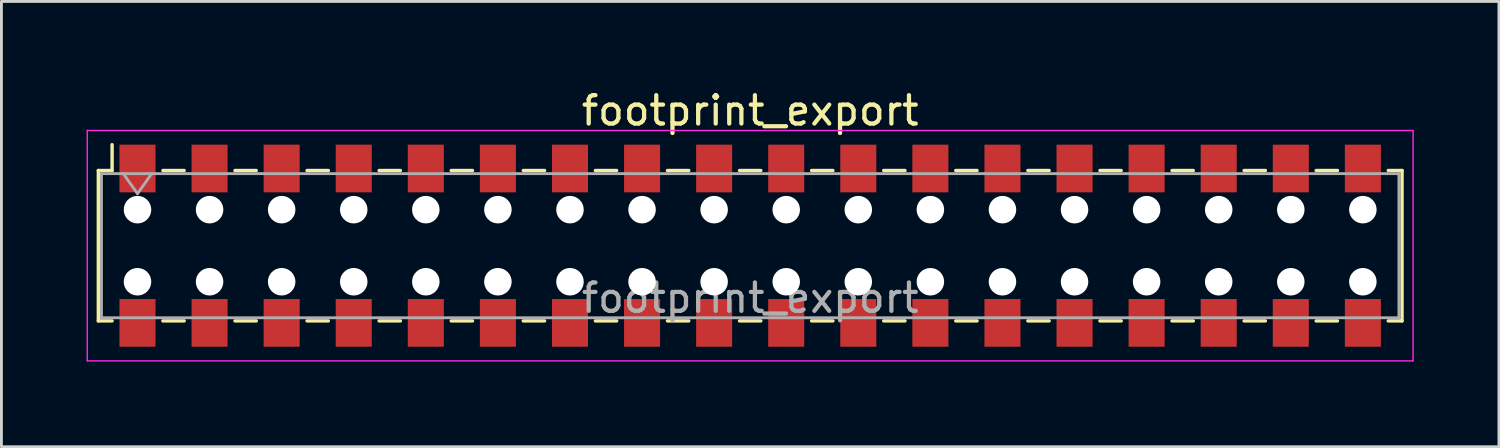
<source format=kicad_pcb>
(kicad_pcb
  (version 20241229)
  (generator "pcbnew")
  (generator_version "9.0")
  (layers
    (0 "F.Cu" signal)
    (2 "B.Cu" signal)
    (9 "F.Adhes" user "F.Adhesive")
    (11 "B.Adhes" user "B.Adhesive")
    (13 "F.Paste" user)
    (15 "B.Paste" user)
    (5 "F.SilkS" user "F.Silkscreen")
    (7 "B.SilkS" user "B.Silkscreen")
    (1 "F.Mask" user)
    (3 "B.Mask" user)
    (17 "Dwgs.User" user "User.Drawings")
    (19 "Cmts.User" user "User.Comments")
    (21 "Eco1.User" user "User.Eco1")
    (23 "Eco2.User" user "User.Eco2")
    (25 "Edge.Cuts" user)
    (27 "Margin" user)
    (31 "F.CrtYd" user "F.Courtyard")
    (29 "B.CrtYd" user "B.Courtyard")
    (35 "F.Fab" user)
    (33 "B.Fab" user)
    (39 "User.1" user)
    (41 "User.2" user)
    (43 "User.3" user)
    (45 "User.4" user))
  (footprint "footprint_export"
    (layer "F.Cu")
    (at 23.385 5.608)
    (property "Reference" "footprint_export" (at 0 -4.76 0) (layer "F.SilkS") (effects (font (size 1 1) (thickness 0.15))))
    (attr smd)
    (fp_line (start -22.97 -2.65) (end -22.97 2.65) (stroke (width 0.12) (type solid)) (layer "F.SilkS"))
    (fp_line (start -22.97 2.65) (end -22.485 2.65) (stroke (width 0.12) (type solid)) (layer "F.SilkS"))
    (fp_line (start -22.485 -3.56) (end -22.485 -2.65) (stroke (width 0.12) (type solid)) (layer "F.SilkS"))
    (fp_line (start -22.485 -2.65) (end -22.97 -2.65) (stroke (width 0.12) (type solid)) (layer "F.SilkS"))
    (fp_line (start -20.695 -2.65) (end -19.945 -2.65) (stroke (width 0.12) (type solid)) (layer "F.SilkS"))
    (fp_line (start -20.695 2.65) (end -19.945 2.65) (stroke (width 0.12) (type solid)) (layer "F.SilkS"))
    (fp_line (start -18.155 -2.65) (end -17.405 -2.65) (stroke (width 0.12) (type solid)) (layer "F.SilkS"))
    (fp_line (start -18.155 2.65) (end -17.405 2.65) (stroke (width 0.12) (type solid)) (layer "F.SilkS"))
    (fp_line (start -15.615 -2.65) (end -14.865 -2.65) (stroke (width 0.12) (type solid)) (layer "F.SilkS"))
    (fp_line (start -15.615 2.65) (end -14.865 2.65) (stroke (width 0.12) (type solid)) (layer "F.SilkS"))
    (fp_line (start -13.075 -2.65) (end -12.325 -2.65) (stroke (width 0.12) (type solid)) (layer "F.SilkS"))
    (fp_line (start -13.075 2.65) (end -12.325 2.65) (stroke (width 0.12) (type solid)) (layer "F.SilkS"))
    (fp_line (start -10.535 -2.65) (end -9.785 -2.65) (stroke (width 0.12) (type solid)) (layer "F.SilkS"))
    (fp_line (start -10.535 2.65) (end -9.785 2.65) (stroke (width 0.12) (type solid)) (layer "F.SilkS"))
    (fp_line (start -7.995 -2.65) (end -7.245 -2.65) (stroke (width 0.12) (type solid)) (layer "F.SilkS"))
    (fp_line (start -7.995 2.65) (end -7.245 2.65) (stroke (width 0.12) (type solid)) (layer "F.SilkS"))
    (fp_line (start -5.455 -2.65) (end -4.705 -2.65) (stroke (width 0.12) (type solid)) (layer "F.SilkS"))
    (fp_line (start -5.455 2.65) (end -4.705 2.65) (stroke (width 0.12) (type solid)) (layer "F.SilkS"))
    (fp_line (start -2.915 -2.65) (end -2.165 -2.65) (stroke (width 0.12) (type solid)) (layer "F.SilkS"))
    (fp_line (start -2.915 2.65) (end -2.165 2.65) (stroke (width 0.12) (type solid)) (layer "F.SilkS"))
    (fp_line (start -0.375 -2.65) (end 0.375 -2.65) (stroke (width 0.12) (type solid)) (layer "F.SilkS"))
    (fp_line (start -0.375 2.65) (end 0.375 2.65) (stroke (width 0.12) (type solid)) (layer "F.SilkS"))
    (fp_line (start 2.165 -2.65) (end 2.915 -2.65) (stroke (width 0.12) (type solid)) (layer "F.SilkS"))
    (fp_line (start 2.165 2.65) (end 2.915 2.65) (stroke (width 0.12) (type solid)) (layer "F.SilkS"))
    (fp_line (start 4.705 -2.65) (end 5.455 -2.65) (stroke (width 0.12) (type solid)) (layer "F.SilkS"))
    (fp_line (start 4.705 2.65) (end 5.455 2.65) (stroke (width 0.12) (type solid)) (layer "F.SilkS"))
    (fp_line (start 7.245 -2.65) (end 7.995 -2.65) (stroke (width 0.12) (type solid)) (layer "F.SilkS"))
    (fp_line (start 7.245 2.65) (end 7.995 2.65) (stroke (width 0.12) (type solid)) (layer "F.SilkS"))
    (fp_line (start 9.785 -2.65) (end 10.535 -2.65) (stroke (width 0.12) (type solid)) (layer "F.SilkS"))
    (fp_line (start 9.785 2.65) (end 10.535 2.65) (stroke (width 0.12) (type solid)) (layer "F.SilkS"))
    (fp_line (start 12.325 -2.65) (end 13.075 -2.65) (stroke (width 0.12) (type solid)) (layer "F.SilkS"))
    (fp_line (start 12.325 2.65) (end 13.075 2.65) (stroke (width 0.12) (type solid)) (layer "F.SilkS"))
    (fp_line (start 14.865 -2.65) (end 15.615 -2.65) (stroke (width 0.12) (type solid)) (layer "F.SilkS"))
    (fp_line (start 14.865 2.65) (end 15.615 2.65) (stroke (width 0.12) (type solid)) (layer "F.SilkS"))
    (fp_line (start 17.405 -2.65) (end 18.155 -2.65) (stroke (width 0.12) (type solid)) (layer "F.SilkS"))
    (fp_line (start 17.405 2.65) (end 18.155 2.65) (stroke (width 0.12) (type solid)) (layer "F.SilkS"))
    (fp_line (start 19.945 -2.65) (end 20.695 -2.65) (stroke (width 0.12) (type solid)) (layer "F.SilkS"))
    (fp_line (start 19.945 2.65) (end 20.695 2.65) (stroke (width 0.12) (type solid)) (layer "F.SilkS"))
    (fp_line (start 22.485 -2.65) (end 22.97 -2.65) (stroke (width 0.12) (type solid)) (layer "F.SilkS"))
    (fp_line (start 22.97 -2.65) (end 22.97 2.65) (stroke (width 0.12) (type solid)) (layer "F.SilkS"))
    (fp_line (start 22.97 2.65) (end 22.485 2.65) (stroke (width 0.12) (type solid)) (layer "F.SilkS"))
    (fp_line (start -23.36 -4.06) (end 23.36 -4.06) (stroke (width 0.05) (type solid)) (layer "F.CrtYd"))
    (fp_line (start -23.36 4.06) (end -23.36 -4.06) (stroke (width 0.05) (type solid)) (layer "F.CrtYd"))
    (fp_line (start 23.36 -4.06) (end 23.36 4.06) (stroke (width 0.05) (type solid)) (layer "F.CrtYd"))
    (fp_line (start 23.36 4.06) (end -23.36 4.06) (stroke (width 0.05) (type solid)) (layer "F.CrtYd"))
    (fp_line (start -22.86 -2.54) (end 22.86 -2.54) (stroke (width 0.1) (type solid)) (layer "F.Fab"))
    (fp_line (start -22.86 2.54) (end -22.86 -2.54) (stroke (width 0.1) (type solid)) (layer "F.Fab"))
    (fp_line (start -22.09 -2.54) (end -21.59 -1.833) (stroke (width 0.1) (type solid)) (layer "F.Fab"))
    (fp_line (start -21.59 -1.833) (end -21.09 -2.54) (stroke (width 0.1) (type solid)) (layer "F.Fab"))
    (fp_line (start 22.86 -2.54) (end 22.86 2.54) (stroke (width 0.1) (type solid)) (layer "F.Fab"))
    (fp_line (start 22.86 2.54) (end -22.86 2.54) (stroke (width 0.1) (type solid)) (layer "F.Fab"))
    (fp_text user "${REFERENCE}" (at 0 1.84 0) (layer "F.Fab") (effects (font (size 1 1) (thickness 0.15))))
    (pad "" np_thru_hole circle (at -21.59 -1.27) (size 0.97 0.97) (drill 0.97) (layers "*.Cu" "*.Mask"))
    (pad "" np_thru_hole circle (at -21.59 1.27) (size 0.97 0.97) (drill 0.97) (layers "*.Cu" "*.Mask"))
    (pad "" np_thru_hole circle (at -19.05 -1.27) (size 0.97 0.97) (drill 0.97) (layers "*.Cu" "*.Mask"))
    (pad "" np_thru_hole circle (at -19.05 1.27) (size 0.97 0.97) (drill 0.97) (layers "*.Cu" "*.Mask"))
    (pad "" np_thru_hole circle (at -16.51 -1.27) (size 0.97 0.97) (drill 0.97) (layers "*.Cu" "*.Mask"))
    (pad "" np_thru_hole circle (at -16.51 1.27) (size 0.97 0.97) (drill 0.97) (layers "*.Cu" "*.Mask"))
    (pad "" np_thru_hole circle (at -13.97 -1.27) (size 0.97 0.97) (drill 0.97) (layers "*.Cu" "*.Mask"))
    (pad "" np_thru_hole circle (at -13.97 1.27) (size 0.97 0.97) (drill 0.97) (layers "*.Cu" "*.Mask"))
    (pad "" np_thru_hole circle (at -11.43 -1.27) (size 0.97 0.97) (drill 0.97) (layers "*.Cu" "*.Mask"))
    (pad "" np_thru_hole circle (at -11.43 1.27) (size 0.97 0.97) (drill 0.97) (layers "*.Cu" "*.Mask"))
    (pad "" np_thru_hole circle (at -8.89 -1.27) (size 0.97 0.97) (drill 0.97) (layers "*.Cu" "*.Mask"))
    (pad "" np_thru_hole circle (at -8.89 1.27) (size 0.97 0.97) (drill 0.97) (layers "*.Cu" "*.Mask"))
    (pad "" np_thru_hole circle (at -6.35 -1.27) (size 0.97 0.97) (drill 0.97) (layers "*.Cu" "*.Mask"))
    (pad "" np_thru_hole circle (at -6.35 1.27) (size 0.97 0.97) (drill 0.97) (layers "*.Cu" "*.Mask"))
    (pad "" np_thru_hole circle (at -3.81 -1.27) (size 0.97 0.97) (drill 0.97) (layers "*.Cu" "*.Mask"))
    (pad "" np_thru_hole circle (at -3.81 1.27) (size 0.97 0.97) (drill 0.97) (layers "*.Cu" "*.Mask"))
    (pad "" np_thru_hole circle (at -1.27 -1.27) (size 0.97 0.97) (drill 0.97) (layers "*.Cu" "*.Mask"))
    (pad "" np_thru_hole circle (at -1.27 1.27) (size 0.97 0.97) (drill 0.97) (layers "*.Cu" "*.Mask"))
    (pad "" np_thru_hole circle (at 1.27 -1.27) (size 0.97 0.97) (drill 0.97) (layers "*.Cu" "*.Mask"))
    (pad "" np_thru_hole circle (at 1.27 1.27) (size 0.97 0.97) (drill 0.97) (layers "*.Cu" "*.Mask"))
    (pad "" np_thru_hole circle (at 3.81 -1.27) (size 0.97 0.97) (drill 0.97) (layers "*.Cu" "*.Mask"))
    (pad "" np_thru_hole circle (at 3.81 1.27) (size 0.97 0.97) (drill 0.97) (layers "*.Cu" "*.Mask"))
    (pad "" np_thru_hole circle (at 6.35 -1.27) (size 0.97 0.97) (drill 0.97) (layers "*.Cu" "*.Mask"))
    (pad "" np_thru_hole circle (at 6.35 1.27) (size 0.97 0.97) (drill 0.97) (layers "*.Cu" "*.Mask"))
    (pad "" np_thru_hole circle (at 8.89 -1.27) (size 0.97 0.97) (drill 0.97) (layers "*.Cu" "*.Mask"))
    (pad "" np_thru_hole circle (at 8.89 1.27) (size 0.97 0.97) (drill 0.97) (layers "*.Cu" "*.Mask"))
    (pad "" np_thru_hole circle (at 11.43 -1.27) (size 0.97 0.97) (drill 0.97) (layers "*.Cu" "*.Mask"))
    (pad "" np_thru_hole circle (at 11.43 1.27) (size 0.97 0.97) (drill 0.97) (layers "*.Cu" "*.Mask"))
    (pad "" np_thru_hole circle (at 13.97 -1.27) (size 0.97 0.97) (drill 0.97) (layers "*.Cu" "*.Mask"))
    (pad "" np_thru_hole circle (at 13.97 1.27) (size 0.97 0.97) (drill 0.97) (layers "*.Cu" "*.Mask"))
    (pad "" np_thru_hole circle (at 16.51 -1.27) (size 0.97 0.97) (drill 0.97) (layers "*.Cu" "*.Mask"))
    (pad "" np_thru_hole circle (at 16.51 1.27) (size 0.97 0.97) (drill 0.97) (layers "*.Cu" "*.Mask"))
    (pad "" np_thru_hole circle (at 19.05 -1.27) (size 0.97 0.97) (drill 0.97) (layers "*.Cu" "*.Mask"))
    (pad "" np_thru_hole circle (at 19.05 1.27) (size 0.97 0.97) (drill 0.97) (layers "*.Cu" "*.Mask"))
    (pad "" np_thru_hole circle (at 21.59 -1.27) (size 0.97 0.97) (drill 0.97) (layers "*.Cu" "*.Mask"))
    (pad "" np_thru_hole circle (at 21.59 1.27) (size 0.97 0.97) (drill 0.97) (layers "*.Cu" "*.Mask"))
    (pad "1" smd rect (at -21.59 -2.72) (size 1.27 1.68) (layers "F.Cu" "F.Mask" "F.Paste"))
    (pad "2" smd rect (at -21.59 2.72) (size 1.27 1.68) (layers "F.Cu" "F.Mask" "F.Paste"))
    (pad "3" smd rect (at -19.05 -2.72) (size 1.27 1.68) (layers "F.Cu" "F.Mask" "F.Paste"))
    (pad "4" smd rect (at -19.05 2.72) (size 1.27 1.68) (layers "F.Cu" "F.Mask" "F.Paste"))
    (pad "5" smd rect (at -16.51 -2.72) (size 1.27 1.68) (layers "F.Cu" "F.Mask" "F.Paste"))
    (pad "6" smd rect (at -16.51 2.72) (size 1.27 1.68) (layers "F.Cu" "F.Mask" "F.Paste"))
    (pad "7" smd rect (at -13.97 -2.72) (size 1.27 1.68) (layers "F.Cu" "F.Mask" "F.Paste"))
    (pad "8" smd rect (at -13.97 2.72) (size 1.27 1.68) (layers "F.Cu" "F.Mask" "F.Paste"))
    (pad "9" smd rect (at -11.43 -2.72) (size 1.27 1.68) (layers "F.Cu" "F.Mask" "F.Paste"))
    (pad "10" smd rect (at -11.43 2.72) (size 1.27 1.68) (layers "F.Cu" "F.Mask" "F.Paste"))
    (pad "11" smd rect (at -8.89 -2.72) (size 1.27 1.68) (layers "F.Cu" "F.Mask" "F.Paste"))
    (pad "12" smd rect (at -8.89 2.72) (size 1.27 1.68) (layers "F.Cu" "F.Mask" "F.Paste"))
    (pad "13" smd rect (at -6.35 -2.72) (size 1.27 1.68) (layers "F.Cu" "F.Mask" "F.Paste"))
    (pad "14" smd rect (at -6.35 2.72) (size 1.27 1.68) (layers "F.Cu" "F.Mask" "F.Paste"))
    (pad "15" smd rect (at -3.81 -2.72) (size 1.27 1.68) (layers "F.Cu" "F.Mask" "F.Paste"))
    (pad "16" smd rect (at -3.81 2.72) (size 1.27 1.68) (layers "F.Cu" "F.Mask" "F.Paste"))
    (pad "17" smd rect (at -1.27 -2.72) (size 1.27 1.68) (layers "F.Cu" "F.Mask" "F.Paste"))
    (pad "18" smd rect (at -1.27 2.72) (size 1.27 1.68) (layers "F.Cu" "F.Mask" "F.Paste"))
    (pad "19" smd rect (at 1.27 -2.72) (size 1.27 1.68) (layers "F.Cu" "F.Mask" "F.Paste"))
    (pad "20" smd rect (at 1.27 2.72) (size 1.27 1.68) (layers "F.Cu" "F.Mask" "F.Paste"))
    (pad "21" smd rect (at 3.81 -2.72) (size 1.27 1.68) (layers "F.Cu" "F.Mask" "F.Paste"))
    (pad "22" smd rect (at 3.81 2.72) (size 1.27 1.68) (layers "F.Cu" "F.Mask" "F.Paste"))
    (pad "23" smd rect (at 6.35 -2.72) (size 1.27 1.68) (layers "F.Cu" "F.Mask" "F.Paste"))
    (pad "24" smd rect (at 6.35 2.72) (size 1.27 1.68) (layers "F.Cu" "F.Mask" "F.Paste"))
    (pad "25" smd rect (at 8.89 -2.72) (size 1.27 1.68) (layers "F.Cu" "F.Mask" "F.Paste"))
    (pad "26" smd rect (at 8.89 2.72) (size 1.27 1.68) (layers "F.Cu" "F.Mask" "F.Paste"))
    (pad "27" smd rect (at 11.43 -2.72) (size 1.27 1.68) (layers "F.Cu" "F.Mask" "F.Paste"))
    (pad "28" smd rect (at 11.43 2.72) (size 1.27 1.68) (layers "F.Cu" "F.Mask" "F.Paste"))
    (pad "29" smd rect (at 13.97 -2.72) (size 1.27 1.68) (layers "F.Cu" "F.Mask" "F.Paste"))
    (pad "30" smd rect (at 13.97 2.72) (size 1.27 1.68) (layers "F.Cu" "F.Mask" "F.Paste"))
    (pad "31" smd rect (at 16.51 -2.72) (size 1.27 1.68) (layers "F.Cu" "F.Mask" "F.Paste"))
    (pad "32" smd rect (at 16.51 2.72) (size 1.27 1.68) (layers "F.Cu" "F.Mask" "F.Paste"))
    (pad "33" smd rect (at 19.05 -2.72) (size 1.27 1.68) (layers "F.Cu" "F.Mask" "F.Paste"))
    (pad "34" smd rect (at 19.05 2.72) (size 1.27 1.68) (layers "F.Cu" "F.Mask" "F.Paste"))
    (pad "35" smd rect (at 21.59 -2.72) (size 1.27 1.68) (layers "F.Cu" "F.Mask" "F.Paste"))
    (pad "36" smd rect (at 21.59 2.72) (size 1.27 1.68) (layers "F.Cu" "F.Mask" "F.Paste")))
  (gr_rect
    (start -3 -3)
    (end 49.77 12.693)
    (stroke (width 0.1) (type default))
    (fill no)
    (layer "Edge.Cuts")))
</source>
